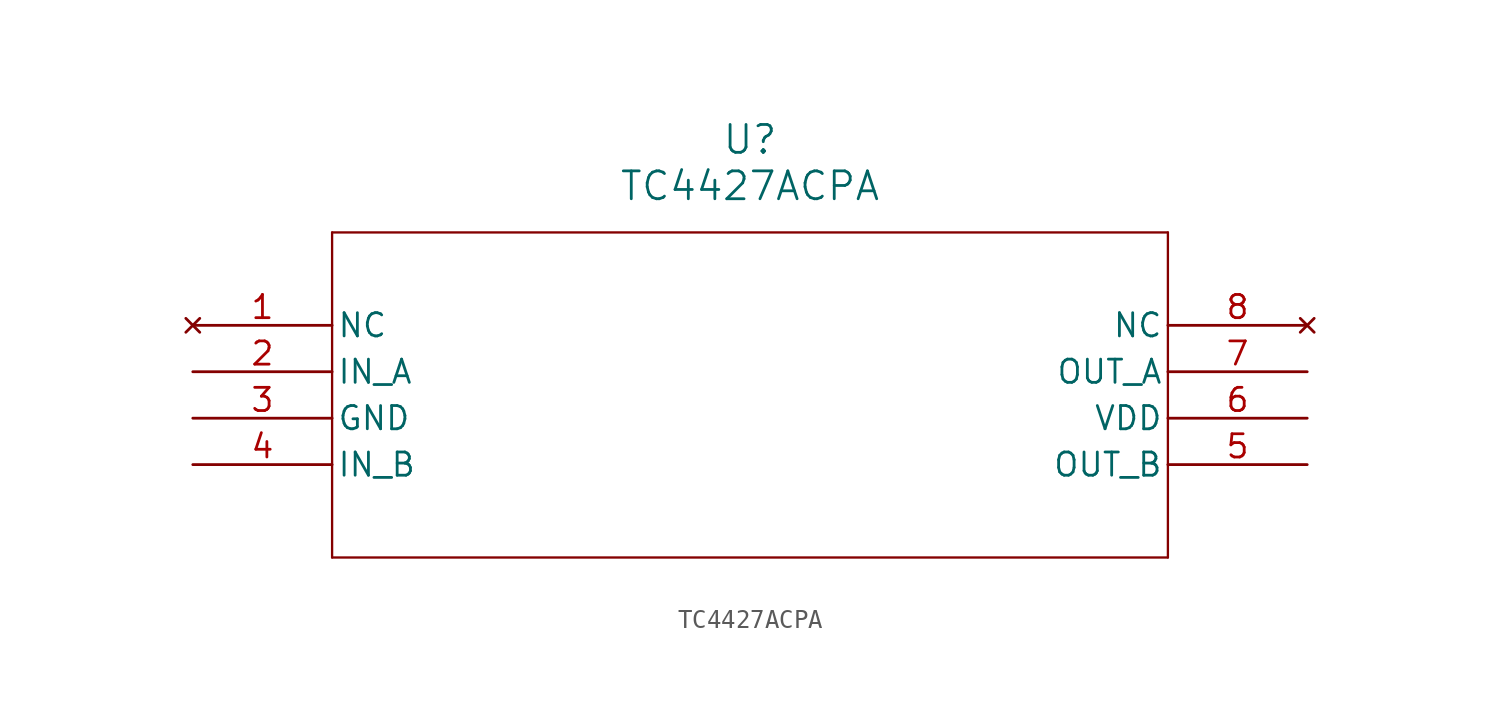
<source format=kicad_sym>
(kicad_symbol_lib
  (version 20241209)
  (generator "kicad_symbol_editor")
  (generator_version "9.0")
  (symbol "TC4427ACPA"
    (pin_names
      (offset 0.254))
    (property "Reference" "U"
      (at 30.48 10.16 0)
      (effects (font (size 1.524 1.524))))
    (property "Value" "TC4427ACPA"
      (at 30.48 7.62 0)
      (effects (font (size 1.524 1.524))))
    (symbol "TC4427ACPA_0_1"
      (polyline (pts (xy 7.62 5.08) (xy 7.62 -12.7)) (stroke (width 0.127) (type default)) (fill (type none)))
      (polyline (pts (xy 7.62 -12.7) (xy 53.34 -12.7)) (stroke (width 0.127) (type default)) (fill (type none)))
      (polyline (pts (xy 53.34 5.08) (xy 7.62 5.08)) (stroke (width 0.127) (type default)) (fill (type none)))
      (polyline (pts (xy 53.34 -12.7) (xy 53.34 5.08)) (stroke (width 0.127) (type default)) (fill (type none)))
      (pin no_connect line (at 0 0 0) (length 7.62) (name "NC" (effects (font (size 1.27 1.27)))) (number "1" (effects (font (size 1.27 1.27)))))
      (pin input line (at 0 -2.54 0) (length 7.62) (name "IN_A" (effects (font (size 1.27 1.27)))) (number "2" (effects (font (size 1.27 1.27)))))
      (pin input line (at 0 -7.62 0) (length 7.62) (name "IN_B" (effects (font (size 1.27 1.27)))) (number "4" (effects (font (size 1.27 1.27)))))
      (pin no_connect line (at 60.96 0 180) (length 7.62) (name "NC" (effects (font (size 1.27 1.27)))) (number "8" (effects (font (size 1.27 1.27)))))
      (pin output line (at 60.96 -2.54 180) (length 7.62) (name "OUT_A" (effects (font (size 1.27 1.27)))) (number "7" (effects (font (size 1.27 1.27)))))
      (pin output line (at 60.96 -7.62 180) (length 7.62) (name "OUT_B" (effects (font (size 1.27 1.27)))) (number "5" (effects (font (size 1.27 1.27))))))
    (symbol "TC4427ACPA_1_1"
      (pin power_in line (at 0 -5.08 0) (length 7.62) (name "GND" (effects (font (size 1.27 1.27)))) (number "3" (effects (font (size 1.27 1.27)))))
      (pin power_in line (at 60.96 -5.08 180) (length 7.62) (name "VDD" (effects (font (size 1.27 1.27)))) (number "6" (effects (font (size 1.27 1.27))))))))
</source>
